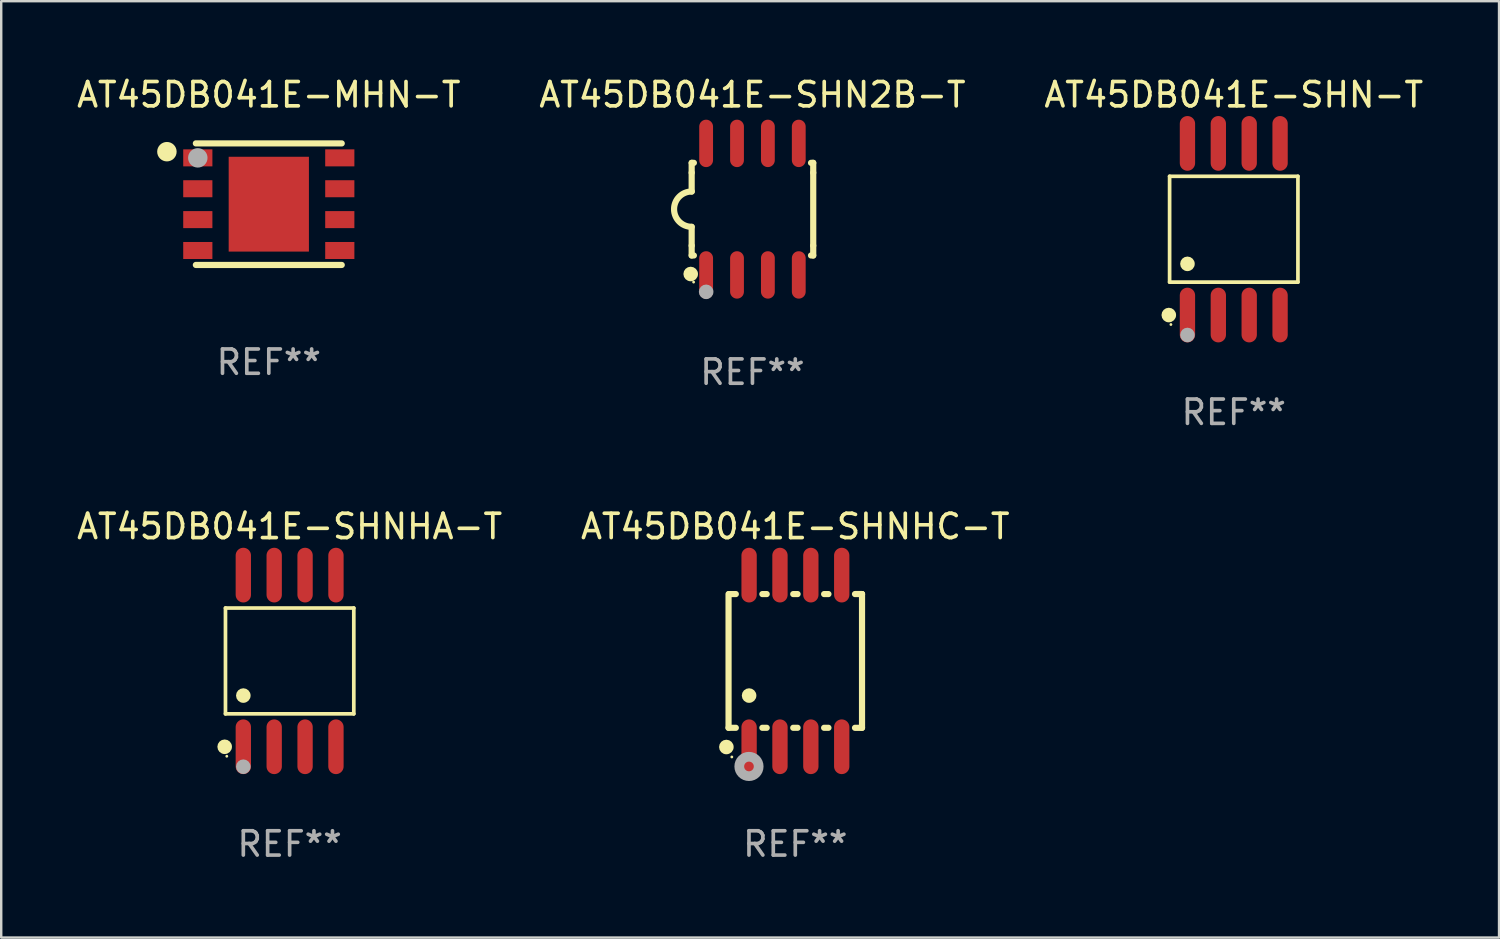
<source format=kicad_pcb>
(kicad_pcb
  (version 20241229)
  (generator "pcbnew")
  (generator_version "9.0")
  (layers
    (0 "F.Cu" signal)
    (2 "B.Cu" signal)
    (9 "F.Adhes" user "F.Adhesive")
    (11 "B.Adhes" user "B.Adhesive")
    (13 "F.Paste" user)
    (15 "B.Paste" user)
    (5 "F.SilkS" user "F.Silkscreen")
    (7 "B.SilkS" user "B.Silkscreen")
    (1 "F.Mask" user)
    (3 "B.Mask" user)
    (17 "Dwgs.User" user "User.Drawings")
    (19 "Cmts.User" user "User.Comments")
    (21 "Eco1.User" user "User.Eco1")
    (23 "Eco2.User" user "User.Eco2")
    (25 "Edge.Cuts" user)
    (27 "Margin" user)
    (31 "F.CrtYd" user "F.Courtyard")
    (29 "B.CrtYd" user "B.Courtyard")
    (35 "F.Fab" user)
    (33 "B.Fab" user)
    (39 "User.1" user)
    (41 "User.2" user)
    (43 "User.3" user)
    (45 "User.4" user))
  (footprint "AT45DB041E-SHN2B-T"
    (layer "F.Cu")
    (at 27.899 5.553)
    (property "Reference" "AT45DB041E-SHN2B-T" (at 0 -4.705 0) (layer "F.SilkS") (effects (font (size 1 1) (thickness 0.15))))
    (attr through_hole)
    (fp_line (start -2.5 -1.905) (end -2.409 -1.905) (stroke (width 0.254) (type solid)) (layer "F.SilkS"))
    (fp_line (start -2.5 -1.5) (end -2.5 -1.905) (stroke (width 0.254) (type solid)) (layer "F.SilkS"))
    (fp_line (start -2.5 -1.5) (end -2.5 -0.726) (stroke (width 0.254) (type solid)) (layer "F.SilkS"))
    (fp_line (start -2.5 1.5) (end -2.5 0.727) (stroke (width 0.254) (type solid)) (layer "F.SilkS"))
    (fp_line (start -2.5 1.5) (end -2.5 1.905) (stroke (width 0.254) (type solid)) (layer "F.SilkS"))
    (fp_line (start -2.5 1.905) (end -2.409 1.905) (stroke (width 0.254) (type solid)) (layer "F.SilkS"))
    (fp_line (start 2.5 -1.905) (end 2.409 -1.905) (stroke (width 0.254) (type solid)) (layer "F.SilkS"))
    (fp_line (start 2.5 -1.5) (end 2.5 -1.905) (stroke (width 0.254) (type solid)) (layer "F.SilkS"))
    (fp_line (start 2.5 -1.5) (end 2.5 1.5) (stroke (width 0.254) (type solid)) (layer "F.SilkS"))
    (fp_line (start 2.5 1.5) (end 2.5 1.905) (stroke (width 0.254) (type solid)) (layer "F.SilkS"))
    (fp_line (start 2.5 1.905) (end 2.409 1.905) (stroke (width 0.254) (type solid)) (layer "F.SilkS"))
    (fp_arc (start -2.5 0.726568) (mid -3.220316 -0.0023) (end -2.495097 -0.726289) (stroke (width 0.254001) (type solid)) (layer "F.SilkS"))
    (fp_circle (center -2.54 2.667) (end -2.39 2.667) (stroke (width 0.3) (type solid)) (fill no) (layer "F.SilkS"))
    (fp_circle (center -2.42 3) (end -2.39 3) (stroke (width 0.06) (type solid)) (fill no) (layer "F.SilkS"))
    (fp_circle (center -1.905 3.4) (end -1.755 3.4) (stroke (width 0.3) (type solid)) (fill no) (layer "F.Fab"))
    (fp_text user "REF**" (at 0 6.705 0) (layer "F.Fab") (effects (font (size 1 1) (thickness 0.15))))
    (pad "1" smd oval (at -1.905 2.705) (size 0.568 1.95) (layers "F.Cu" "F.Mask" "F.Paste"))
    (pad "2" smd oval (at -0.635 2.705) (size 0.568 1.95) (layers "F.Cu" "F.Mask" "F.Paste"))
    (pad "3" smd oval (at 0.635 2.705) (size 0.568 1.95) (layers "F.Cu" "F.Mask" "F.Paste"))
    (pad "4" smd oval (at 1.905 2.705) (size 0.568 1.95) (layers "F.Cu" "F.Mask" "F.Paste"))
    (pad "5" smd oval (at 1.905 -2.705) (size 0.568 1.95) (layers "F.Cu" "F.Mask" "F.Paste"))
    (pad "6" smd oval (at 0.635 -2.705) (size 0.568 1.95) (layers "F.Cu" "F.Mask" "F.Paste"))
    (pad "7" smd oval (at -0.635 -2.705) (size 0.568 1.95) (layers "F.Cu" "F.Mask" "F.Paste"))
    (pad "8" smd oval (at -1.905 -2.705) (size 0.568 1.95) (layers "F.Cu" "F.Mask" "F.Paste")))
  (footprint "AT45DB041E-MHN-T"
    (layer "F.Cu")
    (at 8.006 5.348)
    (property "Reference" "AT45DB041E-MHN-T" (at 0 -4.5 0) (layer "F.SilkS") (effects (font (size 1 1) (thickness 0.15))))
    (attr through_hole)
    (fp_line (start 3 -2.5) (end -3 -2.5) (stroke (width 0.254) (type solid)) (layer "F.SilkS"))
    (fp_line (start 3 2.5) (end -3 2.5) (stroke (width 0.254) (type solid)) (layer "F.SilkS"))
    (fp_circle (center -4.191 -2.159) (end -3.991 -2.159) (stroke (width 0.4) (type solid)) (fill no) (layer "F.SilkS"))
    (fp_circle (center -3 -2.5) (end -2.97 -2.5) (stroke (width 0.06) (type solid)) (fill no) (layer "F.SilkS"))
    (fp_circle (center -2.92 -1.905) (end -2.72 -1.905) (stroke (width 0.4) (type solid)) (fill no) (layer "F.Fab"))
    (fp_text user "REF**" (at 0 6.5 0) (layer "F.Fab") (effects (font (size 1 1) (thickness 0.15))))
    (pad "1" smd rect (at -2.92 -1.905) (size 1.2 0.7) (layers "F.Cu" "F.Mask" "F.Paste"))
    (pad "2" smd rect (at -2.92 -0.635) (size 1.2 0.7) (layers "F.Cu" "F.Mask" "F.Paste"))
    (pad "3" smd rect (at -2.92 0.635) (size 1.2 0.7) (layers "F.Cu" "F.Mask" "F.Paste"))
    (pad "4" smd rect (at -2.92 1.905) (size 1.2 0.7) (layers "F.Cu" "F.Mask" "F.Paste"))
    (pad "5" smd rect (at 2.92 1.905) (size 1.2 0.7) (layers "F.Cu" "F.Mask" "F.Paste"))
    (pad "6" smd rect (at 2.92 0.635) (size 1.2 0.7) (layers "F.Cu" "F.Mask" "F.Paste"))
    (pad "7" smd rect (at 2.92 -0.635) (size 1.2 0.7) (layers "F.Cu" "F.Mask" "F.Paste"))
    (pad "8" smd rect (at 2.92 -1.905) (size 1.2 0.7) (layers "F.Cu" "F.Mask" "F.Paste"))
    (pad "9" smd rect (at 0 0) (size 3.3 3.9) (layers "F.Cu" "F.Mask" "F.Paste")))
  (footprint "AT45DB041E-SHNHC-T"
    (layer "F.Cu")
    (at 29.661 24.135)
    (property "Reference" "AT45DB041E-SHNHC-T" (at 0 -5.53 0) (layer "F.SilkS") (effects (font (size 1 1) (thickness 0.15))))
    (attr through_hole)
    (fp_line (start -2.745 -2.75) (end -2.745 2.75) (stroke (width 0.254) (type solid)) (layer "F.SilkS"))
    (fp_line (start -2.745 2.75) (end -2.446 2.75) (stroke (width 0.254) (type solid)) (layer "F.SilkS"))
    (fp_line (start -2.446 -2.75) (end -2.725 -2.75) (stroke (width 0.254) (type solid)) (layer "F.SilkS"))
    (fp_line (start -1.354 2.75) (end -1.176 2.75) (stroke (width 0.254) (type solid)) (layer "F.SilkS"))
    (fp_line (start -1.176 -2.75) (end -1.354 -2.75) (stroke (width 0.254) (type solid)) (layer "F.SilkS"))
    (fp_line (start -0.084 2.75) (end 0.094 2.75) (stroke (width 0.254) (type solid)) (layer "F.SilkS"))
    (fp_line (start 0.094 -2.75) (end -0.084 -2.75) (stroke (width 0.254) (type solid)) (layer "F.SilkS"))
    (fp_line (start 1.186 2.75) (end 1.364 2.75) (stroke (width 0.254) (type solid)) (layer "F.SilkS"))
    (fp_line (start 1.364 -2.75) (end 1.186 -2.75) (stroke (width 0.254) (type solid)) (layer "F.SilkS"))
    (fp_line (start 2.456 2.751) (end 2.745 2.751) (stroke (width 0.254) (type solid)) (layer "F.SilkS"))
    (fp_line (start 2.745 -2.751) (end 2.456 -2.751) (stroke (width 0.254) (type solid)) (layer "F.SilkS"))
    (fp_line (start 2.745 -2.751) (end 2.745 -2.751) (stroke (width 0.254) (type solid)) (layer "F.SilkS"))
    (fp_line (start 2.745 2.751) (end 2.745 -2.751) (stroke (width 0.254) (type solid)) (layer "F.SilkS"))
    (fp_circle (center -2.835 3.54) (end -2.685 3.54) (stroke (width 0.3) (type solid)) (fill no) (layer "F.SilkS"))
    (fp_circle (center -2.61 3.95) (end -2.58 3.95) (stroke (width 0.06) (type solid)) (fill no) (layer "F.SilkS"))
    (fp_circle (center -1.9 1.424) (end -1.75 1.424) (stroke (width 0.3) (type solid)) (fill no) (layer "F.SilkS"))
    (fp_circle (center -1.905 4.34) (end -1.706 4.34) (stroke (width 0.4) (type solid)) (fill no) (layer "F.Fab"))
    (fp_text user "REF**" (at 0 7.53 0) (layer "F.Fab") (effects (font (size 1 1) (thickness 0.15))))
    (pad "1" smd oval (at -1.9 3.53) (size 0.63 2.25) (layers "F.Cu" "F.Mask" "F.Paste"))
    (pad "2" smd oval (at -0.63 3.53) (size 0.63 2.25) (layers "F.Cu" "F.Mask" "F.Paste"))
    (pad "3" smd oval (at 0.64 3.53) (size 0.63 2.25) (layers "F.Cu" "F.Mask" "F.Paste"))
    (pad "4" smd oval (at 1.91 3.53) (size 0.63 2.25) (layers "F.Cu" "F.Mask" "F.Paste"))
    (pad "5" smd oval (at 1.91 -3.53) (size 0.63 2.25) (layers "F.Cu" "F.Mask" "F.Paste"))
    (pad "6" smd oval (at 0.64 -3.53) (size 0.63 2.25) (layers "F.Cu" "F.Mask" "F.Paste"))
    (pad "7" smd oval (at -0.63 -3.53) (size 0.63 2.25) (layers "F.Cu" "F.Mask" "F.Paste"))
    (pad "8" smd oval (at -1.9 -3.53) (size 0.63 2.25) (layers "F.Cu" "F.Mask" "F.Paste")))
  (footprint "AT45DB041E-SHN-T"
    (layer "F.Cu")
    (at 47.696 6.378)
    (property "Reference" "AT45DB041E-SHN-T" (at 0 -5.53 0) (layer "F.SilkS") (effects (font (size 1 1) (thickness 0.15))))
    (attr through_hole)
    (fp_line (start -2.639 -2.176) (end 2.639 -2.176) (stroke (width 0.152) (type solid)) (layer "F.SilkS"))
    (fp_line (start -2.639 2.176) (end -2.639 -2.176) (stroke (width 0.152) (type solid)) (layer "F.SilkS"))
    (fp_line (start 2.639 -2.176) (end 2.639 2.176) (stroke (width 0.152) (type solid)) (layer "F.SilkS"))
    (fp_line (start 2.639 2.176) (end -2.639 2.176) (stroke (width 0.152) (type solid)) (layer "F.SilkS"))
    (fp_circle (center -2.672 3.53) (end -2.522 3.53) (stroke (width 0.3) (type solid)) (fill no) (layer "F.SilkS"))
    (fp_circle (center -2.585 3.92) (end -2.555 3.92) (stroke (width 0.06) (type solid)) (fill no) (layer "F.SilkS"))
    (fp_circle (center -1.905 1.424) (end -1.755 1.424) (stroke (width 0.3) (type solid)) (fill no) (layer "F.SilkS"))
    (fp_circle (center -1.905 4.35) (end -1.755 4.35) (stroke (width 0.3) (type solid)) (fill no) (layer "F.Fab"))
    (fp_text user "REF**" (at 0 7.53 0) (layer "F.Fab") (effects (font (size 1 1) (thickness 0.15))))
    (pad "1" smd oval (at -1.905 3.53) (size 0.63 2.25) (layers "F.Cu" "F.Mask" "F.Paste"))
    (pad "2" smd oval (at -0.635 3.53) (size 0.63 2.25) (layers "F.Cu" "F.Mask" "F.Paste"))
    (pad "3" smd oval (at 0.635 3.53) (size 0.63 2.25) (layers "F.Cu" "F.Mask" "F.Paste"))
    (pad "4" smd oval (at 1.905 3.53) (size 0.63 2.25) (layers "F.Cu" "F.Mask" "F.Paste"))
    (pad "5" smd oval (at 1.905 -3.53) (size 0.63 2.25) (layers "F.Cu" "F.Mask" "F.Paste"))
    (pad "6" smd oval (at 0.635 -3.53) (size 0.63 2.25) (layers "F.Cu" "F.Mask" "F.Paste"))
    (pad "7" smd oval (at -0.635 -3.53) (size 0.63 2.25) (layers "F.Cu" "F.Mask" "F.Paste"))
    (pad "8" smd oval (at -1.905 -3.53) (size 0.63 2.25) (layers "F.Cu" "F.Mask" "F.Paste")))
  (footprint "AT45DB041E-SHNHA-T"
    (layer "F.Cu")
    (at 8.863 24.135)
    (property "Reference" "AT45DB041E-SHNHA-T" (at 0 -5.53 0) (layer "F.SilkS") (effects (font (size 1 1) (thickness 0.15))))
    (attr through_hole)
    (fp_line (start -2.639 -2.176) (end 2.639 -2.176) (stroke (width 0.152) (type solid)) (layer "F.SilkS"))
    (fp_line (start -2.639 2.176) (end -2.639 -2.176) (stroke (width 0.152) (type solid)) (layer "F.SilkS"))
    (fp_line (start 2.639 -2.176) (end 2.639 2.176) (stroke (width 0.152) (type solid)) (layer "F.SilkS"))
    (fp_line (start 2.639 2.176) (end -2.639 2.176) (stroke (width 0.152) (type solid)) (layer "F.SilkS"))
    (fp_circle (center -2.672 3.53) (end -2.522 3.53) (stroke (width 0.3) (type solid)) (fill no) (layer "F.SilkS"))
    (fp_circle (center -2.585 3.92) (end -2.555 3.92) (stroke (width 0.06) (type solid)) (fill no) (layer "F.SilkS"))
    (fp_circle (center -1.905 1.424) (end -1.755 1.424) (stroke (width 0.3) (type solid)) (fill no) (layer "F.SilkS"))
    (fp_circle (center -1.905 4.35) (end -1.755 4.35) (stroke (width 0.3) (type solid)) (fill no) (layer "F.Fab"))
    (fp_text user "REF**" (at 0 7.53 0) (layer "F.Fab") (effects (font (size 1 1) (thickness 0.15))))
    (pad "1" smd oval (at -1.905 3.53) (size 0.63 2.25) (layers "F.Cu" "F.Mask" "F.Paste"))
    (pad "2" smd oval (at -0.635 3.53) (size 0.63 2.25) (layers "F.Cu" "F.Mask" "F.Paste"))
    (pad "3" smd oval (at 0.635 3.53) (size 0.63 2.25) (layers "F.Cu" "F.Mask" "F.Paste"))
    (pad "4" smd oval (at 1.905 3.53) (size 0.63 2.25) (layers "F.Cu" "F.Mask" "F.Paste"))
    (pad "5" smd oval (at 1.905 -3.53) (size 0.63 2.25) (layers "F.Cu" "F.Mask" "F.Paste"))
    (pad "6" smd oval (at 0.635 -3.53) (size 0.63 2.25) (layers "F.Cu" "F.Mask" "F.Paste"))
    (pad "7" smd oval (at -0.635 -3.53) (size 0.63 2.25) (layers "F.Cu" "F.Mask" "F.Paste"))
    (pad "8" smd oval (at -1.905 -3.53) (size 0.63 2.25) (layers "F.Cu" "F.Mask" "F.Paste")))
  (gr_rect
    (start -3 -3)
    (end 58.607 35.513)
    (stroke (width 0.1) (type default))
    (fill no)
    (layer "Edge.Cuts")))
</source>
